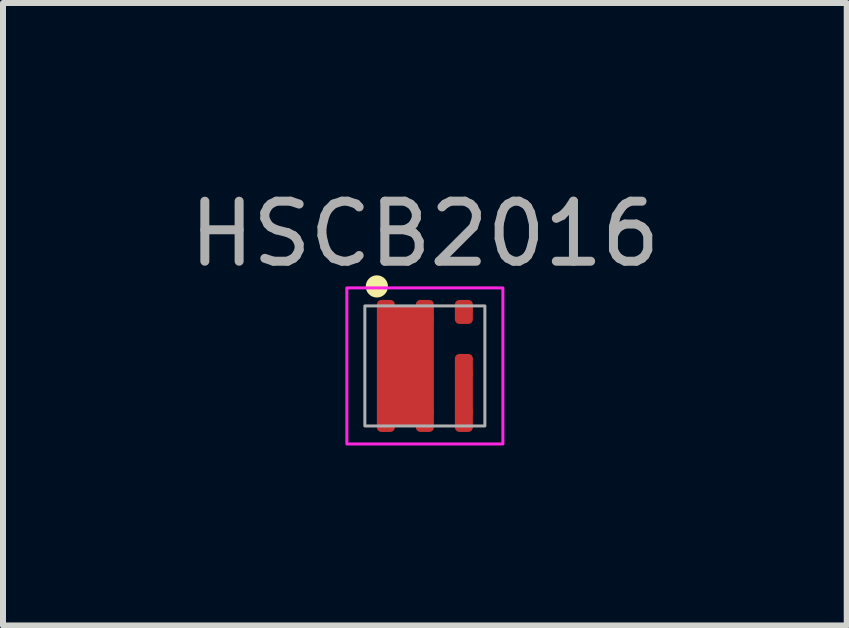
<source format=kicad_pcb>
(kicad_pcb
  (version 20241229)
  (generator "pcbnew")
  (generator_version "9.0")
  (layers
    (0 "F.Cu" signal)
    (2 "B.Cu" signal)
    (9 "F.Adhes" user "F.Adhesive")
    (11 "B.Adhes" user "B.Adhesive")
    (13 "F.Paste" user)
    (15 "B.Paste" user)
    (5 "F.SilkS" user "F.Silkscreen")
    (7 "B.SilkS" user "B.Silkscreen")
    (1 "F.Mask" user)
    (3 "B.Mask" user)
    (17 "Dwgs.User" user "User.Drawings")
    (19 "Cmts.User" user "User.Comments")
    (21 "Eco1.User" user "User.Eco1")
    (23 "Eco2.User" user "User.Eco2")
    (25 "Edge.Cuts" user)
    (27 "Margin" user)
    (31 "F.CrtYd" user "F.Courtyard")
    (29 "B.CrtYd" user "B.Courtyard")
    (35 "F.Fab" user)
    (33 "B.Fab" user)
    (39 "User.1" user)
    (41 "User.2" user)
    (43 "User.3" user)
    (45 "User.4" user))
  (footprint "HSCB2016"
    (layer "F.Cu")
    (at 4.03 3.048)
    (property "Reference" "HSCB2016" (at 0 -2.2 0) (unlocked yes) (layer "F.Fab") (effects (font (size 1 1) (thickness 0.15))))
    (attr smd)
    (fp_circle (center -0.8 -1.325) (end -0.675 -1.325) (stroke (width 0.12) (type solid)) (fill yes) (layer "F.SilkS"))
    (fp_rect (start -1.3 -1.3) (end 1.3 1.3) (stroke (width 0.05) (type solid)) (fill no) (layer "F.CrtYd"))
    (fp_rect (start -1 -1) (end 1 1) (stroke (width 0.05) (type solid)) (fill no) (layer "F.Fab"))
    (pad "1" smd roundrect (at -0.65 -0.9) (size 0.3 0.4) (layers "F.Cu" "F.Mask" "F.Paste") (roundrect_rratio 0.25))
    (pad "1" smd roundrect (at -0.65 0.9) (size 0.3 0.4) (layers "F.Cu" "F.Mask" "F.Paste") (roundrect_rratio 0.25))
    (pad "1" smd roundrect (at -0.325 0) (size 0.95 2) (layers "F.Cu" "F.Mask" "F.Paste") (roundrect_rratio 0.25))
    (pad "1" smd roundrect (at 0 -0.9) (size 0.3 0.4) (layers "F.Cu" "F.Mask" "F.Paste") (roundrect_rratio 0.25))
    (pad "1" smd roundrect (at 0 0.9) (size 0.3 0.4) (layers "F.Cu" "F.Mask" "F.Paste") (roundrect_rratio 0.25))
    (pad "2" smd roundrect (at 0.65 -0.9) (size 0.3 0.4) (layers "F.Cu" "F.Mask" "F.Paste") (roundrect_rratio 0.25))
    (pad "3" smd roundrect (at 0.65 0) (size 0.3 0.4) (layers "F.Cu" "F.Mask" "F.Paste") (roundrect_rratio 0.25))
    (pad "3" smd roundrect (at 0.65 0.45) (size 0.3 0.8) (layers "F.Cu" "F.Mask" "F.Paste") (roundrect_rratio 0.25))
    (pad "3" smd roundrect (at 0.65 0.9) (size 0.3 0.4) (layers "F.Cu" "F.Mask" "F.Paste") (roundrect_rratio 0.25)))
  (gr_rect
    (start -3 -3)
    (end 11.06 7.373)
    (stroke (width 0.1) (type default))
    (fill no)
    (layer "Edge.Cuts")))
</source>
